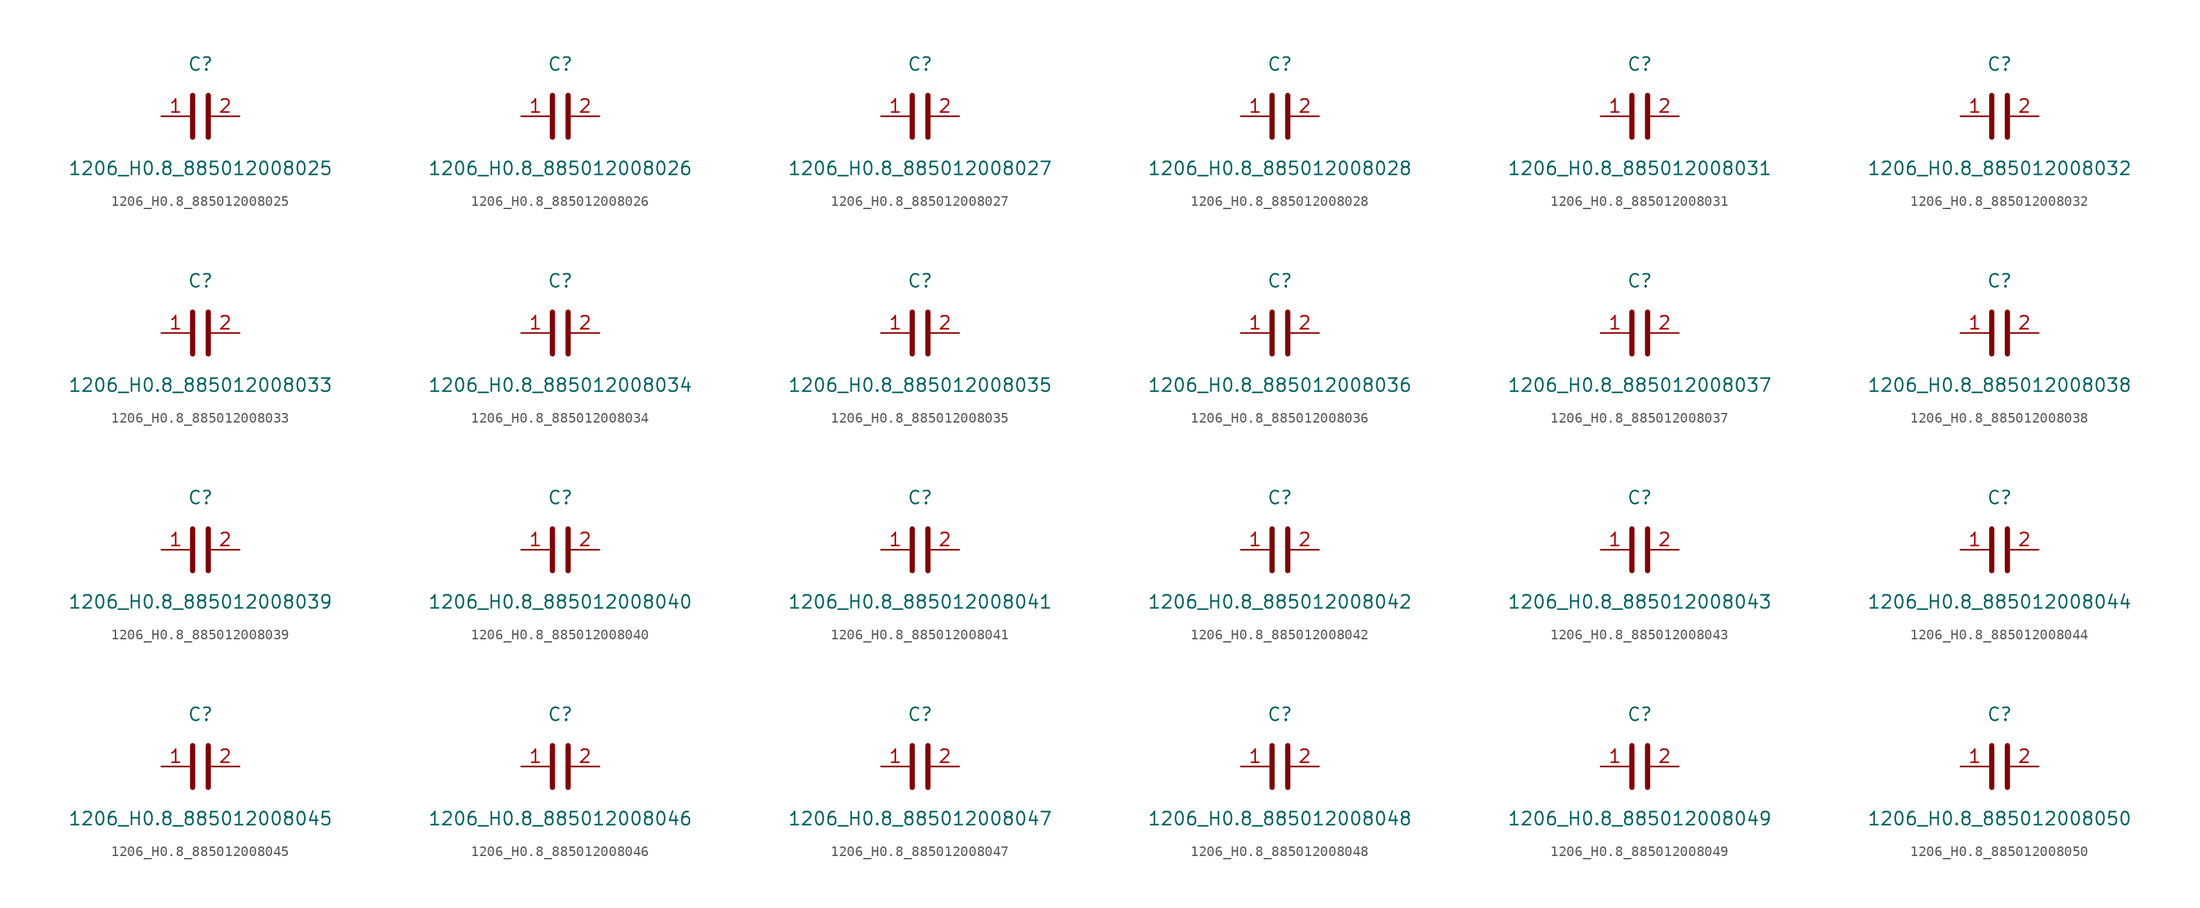
<source format=kicad_sym>
(kicad_symbol_lib
  (version 20220914)
  (generator kicad_symbol_editor)
  (symbol "1206_H0.8_885012008025"
    (pin_names hide)
    (property "Reference" "C"
      (at 0 5.08 0)
      (effects (font (size 1.27 1.27))))
    (property "Value" "1206_H0.8_885012008025"
      (at 0 -5.08 0)
      (effects (font (size 1.27 1.27))))
    (symbol "1206_H0.8_885012008025_0_1"
      (polyline (pts (xy -0.762 -2.032) (xy -0.762 2.032)) (stroke (width 0.508) (type default)) (fill (type none)))
      (polyline (pts (xy 0.762 -2.032) (xy 0.762 2.032)) (stroke (width 0.508) (type default)) (fill (type none))))
    (symbol "1206_H0.8_885012008025_1_1"
      (pin passive line (at -3.81 0 0) (length 2.794) (name "1" (effects (font (size 1.27 1.27)))) (number "1" (effects (font (size 1.27 1.27)))))
      (pin passive line (at 3.81 0 180) (length 2.794) (name "2" (effects (font (size 1.27 1.27)))) (number "2" (effects (font (size 1.27 1.27)))))))
  (symbol "1206_H0.8_885012008026"
    (pin_names hide)
    (property "Reference" "C"
      (at 0 5.08 0)
      (effects (font (size 1.27 1.27))))
    (property "Value" "1206_H0.8_885012008026"
      (at 0 -5.08 0)
      (effects (font (size 1.27 1.27))))
    (symbol "1206_H0.8_885012008026_0_1"
      (polyline (pts (xy -0.762 -2.032) (xy -0.762 2.032)) (stroke (width 0.508) (type default)) (fill (type none)))
      (polyline (pts (xy 0.762 -2.032) (xy 0.762 2.032)) (stroke (width 0.508) (type default)) (fill (type none))))
    (symbol "1206_H0.8_885012008026_1_1"
      (pin passive line (at -3.81 0 0) (length 2.794) (name "1" (effects (font (size 1.27 1.27)))) (number "1" (effects (font (size 1.27 1.27)))))
      (pin passive line (at 3.81 0 180) (length 2.794) (name "2" (effects (font (size 1.27 1.27)))) (number "2" (effects (font (size 1.27 1.27)))))))
  (symbol "1206_H0.8_885012008027"
    (pin_names hide)
    (property "Reference" "C"
      (at 0 5.08 0)
      (effects (font (size 1.27 1.27))))
    (property "Value" "1206_H0.8_885012008027"
      (at 0 -5.08 0)
      (effects (font (size 1.27 1.27))))
    (symbol "1206_H0.8_885012008027_0_1"
      (polyline (pts (xy -0.762 -2.032) (xy -0.762 2.032)) (stroke (width 0.508) (type default)) (fill (type none)))
      (polyline (pts (xy 0.762 -2.032) (xy 0.762 2.032)) (stroke (width 0.508) (type default)) (fill (type none))))
    (symbol "1206_H0.8_885012008027_1_1"
      (pin passive line (at -3.81 0 0) (length 2.794) (name "1" (effects (font (size 1.27 1.27)))) (number "1" (effects (font (size 1.27 1.27)))))
      (pin passive line (at 3.81 0 180) (length 2.794) (name "2" (effects (font (size 1.27 1.27)))) (number "2" (effects (font (size 1.27 1.27)))))))
  (symbol "1206_H0.8_885012008028"
    (pin_names hide)
    (property "Reference" "C"
      (at 0 5.08 0)
      (effects (font (size 1.27 1.27))))
    (property "Value" "1206_H0.8_885012008028"
      (at 0 -5.08 0)
      (effects (font (size 1.27 1.27))))
    (symbol "1206_H0.8_885012008028_0_1"
      (polyline (pts (xy -0.762 -2.032) (xy -0.762 2.032)) (stroke (width 0.508) (type default)) (fill (type none)))
      (polyline (pts (xy 0.762 -2.032) (xy 0.762 2.032)) (stroke (width 0.508) (type default)) (fill (type none))))
    (symbol "1206_H0.8_885012008028_1_1"
      (pin passive line (at -3.81 0 0) (length 2.794) (name "1" (effects (font (size 1.27 1.27)))) (number "1" (effects (font (size 1.27 1.27)))))
      (pin passive line (at 3.81 0 180) (length 2.794) (name "2" (effects (font (size 1.27 1.27)))) (number "2" (effects (font (size 1.27 1.27)))))))
  (symbol "1206_H0.8_885012008031"
    (pin_names hide)
    (property "Reference" "C"
      (at 0 5.08 0)
      (effects (font (size 1.27 1.27))))
    (property "Value" "1206_H0.8_885012008031"
      (at 0 -5.08 0)
      (effects (font (size 1.27 1.27))))
    (symbol "1206_H0.8_885012008031_0_1"
      (polyline (pts (xy -0.762 -2.032) (xy -0.762 2.032)) (stroke (width 0.508) (type default)) (fill (type none)))
      (polyline (pts (xy 0.762 -2.032) (xy 0.762 2.032)) (stroke (width 0.508) (type default)) (fill (type none))))
    (symbol "1206_H0.8_885012008031_1_1"
      (pin passive line (at -3.81 0 0) (length 2.794) (name "1" (effects (font (size 1.27 1.27)))) (number "1" (effects (font (size 1.27 1.27)))))
      (pin passive line (at 3.81 0 180) (length 2.794) (name "2" (effects (font (size 1.27 1.27)))) (number "2" (effects (font (size 1.27 1.27)))))))
  (symbol "1206_H0.8_885012008032"
    (pin_names hide)
    (property "Reference" "C"
      (at 0 5.08 0)
      (effects (font (size 1.27 1.27))))
    (property "Value" "1206_H0.8_885012008032"
      (at 0 -5.08 0)
      (effects (font (size 1.27 1.27))))
    (symbol "1206_H0.8_885012008032_0_1"
      (polyline (pts (xy -0.762 -2.032) (xy -0.762 2.032)) (stroke (width 0.508) (type default)) (fill (type none)))
      (polyline (pts (xy 0.762 -2.032) (xy 0.762 2.032)) (stroke (width 0.508) (type default)) (fill (type none))))
    (symbol "1206_H0.8_885012008032_1_1"
      (pin passive line (at -3.81 0 0) (length 2.794) (name "1" (effects (font (size 1.27 1.27)))) (number "1" (effects (font (size 1.27 1.27)))))
      (pin passive line (at 3.81 0 180) (length 2.794) (name "2" (effects (font (size 1.27 1.27)))) (number "2" (effects (font (size 1.27 1.27)))))))
  (symbol "1206_H0.8_885012008033"
    (pin_names hide)
    (property "Reference" "C"
      (at 0 5.08 0)
      (effects (font (size 1.27 1.27))))
    (property "Value" "1206_H0.8_885012008033"
      (at 0 -5.08 0)
      (effects (font (size 1.27 1.27))))
    (symbol "1206_H0.8_885012008033_0_1"
      (polyline (pts (xy -0.762 -2.032) (xy -0.762 2.032)) (stroke (width 0.508) (type default)) (fill (type none)))
      (polyline (pts (xy 0.762 -2.032) (xy 0.762 2.032)) (stroke (width 0.508) (type default)) (fill (type none))))
    (symbol "1206_H0.8_885012008033_1_1"
      (pin passive line (at -3.81 0 0) (length 2.794) (name "1" (effects (font (size 1.27 1.27)))) (number "1" (effects (font (size 1.27 1.27)))))
      (pin passive line (at 3.81 0 180) (length 2.794) (name "2" (effects (font (size 1.27 1.27)))) (number "2" (effects (font (size 1.27 1.27)))))))
  (symbol "1206_H0.8_885012008034"
    (pin_names hide)
    (property "Reference" "C"
      (at 0 5.08 0)
      (effects (font (size 1.27 1.27))))
    (property "Value" "1206_H0.8_885012008034"
      (at 0 -5.08 0)
      (effects (font (size 1.27 1.27))))
    (symbol "1206_H0.8_885012008034_0_1"
      (polyline (pts (xy -0.762 -2.032) (xy -0.762 2.032)) (stroke (width 0.508) (type default)) (fill (type none)))
      (polyline (pts (xy 0.762 -2.032) (xy 0.762 2.032)) (stroke (width 0.508) (type default)) (fill (type none))))
    (symbol "1206_H0.8_885012008034_1_1"
      (pin passive line (at -3.81 0 0) (length 2.794) (name "1" (effects (font (size 1.27 1.27)))) (number "1" (effects (font (size 1.27 1.27)))))
      (pin passive line (at 3.81 0 180) (length 2.794) (name "2" (effects (font (size 1.27 1.27)))) (number "2" (effects (font (size 1.27 1.27)))))))
  (symbol "1206_H0.8_885012008035"
    (pin_names hide)
    (property "Reference" "C"
      (at 0 5.08 0)
      (effects (font (size 1.27 1.27))))
    (property "Value" "1206_H0.8_885012008035"
      (at 0 -5.08 0)
      (effects (font (size 1.27 1.27))))
    (symbol "1206_H0.8_885012008035_0_1"
      (polyline (pts (xy -0.762 -2.032) (xy -0.762 2.032)) (stroke (width 0.508) (type default)) (fill (type none)))
      (polyline (pts (xy 0.762 -2.032) (xy 0.762 2.032)) (stroke (width 0.508) (type default)) (fill (type none))))
    (symbol "1206_H0.8_885012008035_1_1"
      (pin passive line (at -3.81 0 0) (length 2.794) (name "1" (effects (font (size 1.27 1.27)))) (number "1" (effects (font (size 1.27 1.27)))))
      (pin passive line (at 3.81 0 180) (length 2.794) (name "2" (effects (font (size 1.27 1.27)))) (number "2" (effects (font (size 1.27 1.27)))))))
  (symbol "1206_H0.8_885012008036"
    (pin_names hide)
    (property "Reference" "C"
      (at 0 5.08 0)
      (effects (font (size 1.27 1.27))))
    (property "Value" "1206_H0.8_885012008036"
      (at 0 -5.08 0)
      (effects (font (size 1.27 1.27))))
    (symbol "1206_H0.8_885012008036_0_1"
      (polyline (pts (xy -0.762 -2.032) (xy -0.762 2.032)) (stroke (width 0.508) (type default)) (fill (type none)))
      (polyline (pts (xy 0.762 -2.032) (xy 0.762 2.032)) (stroke (width 0.508) (type default)) (fill (type none))))
    (symbol "1206_H0.8_885012008036_1_1"
      (pin passive line (at -3.81 0 0) (length 2.794) (name "1" (effects (font (size 1.27 1.27)))) (number "1" (effects (font (size 1.27 1.27)))))
      (pin passive line (at 3.81 0 180) (length 2.794) (name "2" (effects (font (size 1.27 1.27)))) (number "2" (effects (font (size 1.27 1.27)))))))
  (symbol "1206_H0.8_885012008037"
    (pin_names hide)
    (property "Reference" "C"
      (at 0 5.08 0)
      (effects (font (size 1.27 1.27))))
    (property "Value" "1206_H0.8_885012008037"
      (at 0 -5.08 0)
      (effects (font (size 1.27 1.27))))
    (symbol "1206_H0.8_885012008037_0_1"
      (polyline (pts (xy -0.762 -2.032) (xy -0.762 2.032)) (stroke (width 0.508) (type default)) (fill (type none)))
      (polyline (pts (xy 0.762 -2.032) (xy 0.762 2.032)) (stroke (width 0.508) (type default)) (fill (type none))))
    (symbol "1206_H0.8_885012008037_1_1"
      (pin passive line (at -3.81 0 0) (length 2.794) (name "1" (effects (font (size 1.27 1.27)))) (number "1" (effects (font (size 1.27 1.27)))))
      (pin passive line (at 3.81 0 180) (length 2.794) (name "2" (effects (font (size 1.27 1.27)))) (number "2" (effects (font (size 1.27 1.27)))))))
  (symbol "1206_H0.8_885012008038"
    (pin_names hide)
    (property "Reference" "C"
      (at 0 5.08 0)
      (effects (font (size 1.27 1.27))))
    (property "Value" "1206_H0.8_885012008038"
      (at 0 -5.08 0)
      (effects (font (size 1.27 1.27))))
    (symbol "1206_H0.8_885012008038_0_1"
      (polyline (pts (xy -0.762 -2.032) (xy -0.762 2.032)) (stroke (width 0.508) (type default)) (fill (type none)))
      (polyline (pts (xy 0.762 -2.032) (xy 0.762 2.032)) (stroke (width 0.508) (type default)) (fill (type none))))
    (symbol "1206_H0.8_885012008038_1_1"
      (pin passive line (at -3.81 0 0) (length 2.794) (name "1" (effects (font (size 1.27 1.27)))) (number "1" (effects (font (size 1.27 1.27)))))
      (pin passive line (at 3.81 0 180) (length 2.794) (name "2" (effects (font (size 1.27 1.27)))) (number "2" (effects (font (size 1.27 1.27)))))))
  (symbol "1206_H0.8_885012008039"
    (pin_names hide)
    (property "Reference" "C"
      (at 0 5.08 0)
      (effects (font (size 1.27 1.27))))
    (property "Value" "1206_H0.8_885012008039"
      (at 0 -5.08 0)
      (effects (font (size 1.27 1.27))))
    (symbol "1206_H0.8_885012008039_0_1"
      (polyline (pts (xy -0.762 -2.032) (xy -0.762 2.032)) (stroke (width 0.508) (type default)) (fill (type none)))
      (polyline (pts (xy 0.762 -2.032) (xy 0.762 2.032)) (stroke (width 0.508) (type default)) (fill (type none))))
    (symbol "1206_H0.8_885012008039_1_1"
      (pin passive line (at -3.81 0 0) (length 2.794) (name "1" (effects (font (size 1.27 1.27)))) (number "1" (effects (font (size 1.27 1.27)))))
      (pin passive line (at 3.81 0 180) (length 2.794) (name "2" (effects (font (size 1.27 1.27)))) (number "2" (effects (font (size 1.27 1.27)))))))
  (symbol "1206_H0.8_885012008040"
    (pin_names hide)
    (property "Reference" "C"
      (at 0 5.08 0)
      (effects (font (size 1.27 1.27))))
    (property "Value" "1206_H0.8_885012008040"
      (at 0 -5.08 0)
      (effects (font (size 1.27 1.27))))
    (symbol "1206_H0.8_885012008040_0_1"
      (polyline (pts (xy -0.762 -2.032) (xy -0.762 2.032)) (stroke (width 0.508) (type default)) (fill (type none)))
      (polyline (pts (xy 0.762 -2.032) (xy 0.762 2.032)) (stroke (width 0.508) (type default)) (fill (type none))))
    (symbol "1206_H0.8_885012008040_1_1"
      (pin passive line (at -3.81 0 0) (length 2.794) (name "1" (effects (font (size 1.27 1.27)))) (number "1" (effects (font (size 1.27 1.27)))))
      (pin passive line (at 3.81 0 180) (length 2.794) (name "2" (effects (font (size 1.27 1.27)))) (number "2" (effects (font (size 1.27 1.27)))))))
  (symbol "1206_H0.8_885012008041"
    (pin_names hide)
    (property "Reference" "C"
      (at 0 5.08 0)
      (effects (font (size 1.27 1.27))))
    (property "Value" "1206_H0.8_885012008041"
      (at 0 -5.08 0)
      (effects (font (size 1.27 1.27))))
    (symbol "1206_H0.8_885012008041_0_1"
      (polyline (pts (xy -0.762 -2.032) (xy -0.762 2.032)) (stroke (width 0.508) (type default)) (fill (type none)))
      (polyline (pts (xy 0.762 -2.032) (xy 0.762 2.032)) (stroke (width 0.508) (type default)) (fill (type none))))
    (symbol "1206_H0.8_885012008041_1_1"
      (pin passive line (at -3.81 0 0) (length 2.794) (name "1" (effects (font (size 1.27 1.27)))) (number "1" (effects (font (size 1.27 1.27)))))
      (pin passive line (at 3.81 0 180) (length 2.794) (name "2" (effects (font (size 1.27 1.27)))) (number "2" (effects (font (size 1.27 1.27)))))))
  (symbol "1206_H0.8_885012008042"
    (pin_names hide)
    (property "Reference" "C"
      (at 0 5.08 0)
      (effects (font (size 1.27 1.27))))
    (property "Value" "1206_H0.8_885012008042"
      (at 0 -5.08 0)
      (effects (font (size 1.27 1.27))))
    (symbol "1206_H0.8_885012008042_0_1"
      (polyline (pts (xy -0.762 -2.032) (xy -0.762 2.032)) (stroke (width 0.508) (type default)) (fill (type none)))
      (polyline (pts (xy 0.762 -2.032) (xy 0.762 2.032)) (stroke (width 0.508) (type default)) (fill (type none))))
    (symbol "1206_H0.8_885012008042_1_1"
      (pin passive line (at -3.81 0 0) (length 2.794) (name "1" (effects (font (size 1.27 1.27)))) (number "1" (effects (font (size 1.27 1.27)))))
      (pin passive line (at 3.81 0 180) (length 2.794) (name "2" (effects (font (size 1.27 1.27)))) (number "2" (effects (font (size 1.27 1.27)))))))
  (symbol "1206_H0.8_885012008043"
    (pin_names hide)
    (property "Reference" "C"
      (at 0 5.08 0)
      (effects (font (size 1.27 1.27))))
    (property "Value" "1206_H0.8_885012008043"
      (at 0 -5.08 0)
      (effects (font (size 1.27 1.27))))
    (symbol "1206_H0.8_885012008043_0_1"
      (polyline (pts (xy -0.762 -2.032) (xy -0.762 2.032)) (stroke (width 0.508) (type default)) (fill (type none)))
      (polyline (pts (xy 0.762 -2.032) (xy 0.762 2.032)) (stroke (width 0.508) (type default)) (fill (type none))))
    (symbol "1206_H0.8_885012008043_1_1"
      (pin passive line (at -3.81 0 0) (length 2.794) (name "1" (effects (font (size 1.27 1.27)))) (number "1" (effects (font (size 1.27 1.27)))))
      (pin passive line (at 3.81 0 180) (length 2.794) (name "2" (effects (font (size 1.27 1.27)))) (number "2" (effects (font (size 1.27 1.27)))))))
  (symbol "1206_H0.8_885012008044"
    (pin_names hide)
    (property "Reference" "C"
      (at 0 5.08 0)
      (effects (font (size 1.27 1.27))))
    (property "Value" "1206_H0.8_885012008044"
      (at 0 -5.08 0)
      (effects (font (size 1.27 1.27))))
    (symbol "1206_H0.8_885012008044_0_1"
      (polyline (pts (xy -0.762 -2.032) (xy -0.762 2.032)) (stroke (width 0.508) (type default)) (fill (type none)))
      (polyline (pts (xy 0.762 -2.032) (xy 0.762 2.032)) (stroke (width 0.508) (type default)) (fill (type none))))
    (symbol "1206_H0.8_885012008044_1_1"
      (pin passive line (at -3.81 0 0) (length 2.794) (name "1" (effects (font (size 1.27 1.27)))) (number "1" (effects (font (size 1.27 1.27)))))
      (pin passive line (at 3.81 0 180) (length 2.794) (name "2" (effects (font (size 1.27 1.27)))) (number "2" (effects (font (size 1.27 1.27)))))))
  (symbol "1206_H0.8_885012008045"
    (pin_names hide)
    (property "Reference" "C"
      (at 0 5.08 0)
      (effects (font (size 1.27 1.27))))
    (property "Value" "1206_H0.8_885012008045"
      (at 0 -5.08 0)
      (effects (font (size 1.27 1.27))))
    (symbol "1206_H0.8_885012008045_0_1"
      (polyline (pts (xy -0.762 -2.032) (xy -0.762 2.032)) (stroke (width 0.508) (type default)) (fill (type none)))
      (polyline (pts (xy 0.762 -2.032) (xy 0.762 2.032)) (stroke (width 0.508) (type default)) (fill (type none))))
    (symbol "1206_H0.8_885012008045_1_1"
      (pin passive line (at -3.81 0 0) (length 2.794) (name "1" (effects (font (size 1.27 1.27)))) (number "1" (effects (font (size 1.27 1.27)))))
      (pin passive line (at 3.81 0 180) (length 2.794) (name "2" (effects (font (size 1.27 1.27)))) (number "2" (effects (font (size 1.27 1.27)))))))
  (symbol "1206_H0.8_885012008046"
    (pin_names hide)
    (property "Reference" "C"
      (at 0 5.08 0)
      (effects (font (size 1.27 1.27))))
    (property "Value" "1206_H0.8_885012008046"
      (at 0 -5.08 0)
      (effects (font (size 1.27 1.27))))
    (symbol "1206_H0.8_885012008046_0_1"
      (polyline (pts (xy -0.762 -2.032) (xy -0.762 2.032)) (stroke (width 0.508) (type default)) (fill (type none)))
      (polyline (pts (xy 0.762 -2.032) (xy 0.762 2.032)) (stroke (width 0.508) (type default)) (fill (type none))))
    (symbol "1206_H0.8_885012008046_1_1"
      (pin passive line (at -3.81 0 0) (length 2.794) (name "1" (effects (font (size 1.27 1.27)))) (number "1" (effects (font (size 1.27 1.27)))))
      (pin passive line (at 3.81 0 180) (length 2.794) (name "2" (effects (font (size 1.27 1.27)))) (number "2" (effects (font (size 1.27 1.27)))))))
  (symbol "1206_H0.8_885012008047"
    (pin_names hide)
    (property "Reference" "C"
      (at 0 5.08 0)
      (effects (font (size 1.27 1.27))))
    (property "Value" "1206_H0.8_885012008047"
      (at 0 -5.08 0)
      (effects (font (size 1.27 1.27))))
    (symbol "1206_H0.8_885012008047_0_1"
      (polyline (pts (xy -0.762 -2.032) (xy -0.762 2.032)) (stroke (width 0.508) (type default)) (fill (type none)))
      (polyline (pts (xy 0.762 -2.032) (xy 0.762 2.032)) (stroke (width 0.508) (type default)) (fill (type none))))
    (symbol "1206_H0.8_885012008047_1_1"
      (pin passive line (at -3.81 0 0) (length 2.794) (name "1" (effects (font (size 1.27 1.27)))) (number "1" (effects (font (size 1.27 1.27)))))
      (pin passive line (at 3.81 0 180) (length 2.794) (name "2" (effects (font (size 1.27 1.27)))) (number "2" (effects (font (size 1.27 1.27)))))))
  (symbol "1206_H0.8_885012008048"
    (pin_names hide)
    (property "Reference" "C"
      (at 0 5.08 0)
      (effects (font (size 1.27 1.27))))
    (property "Value" "1206_H0.8_885012008048"
      (at 0 -5.08 0)
      (effects (font (size 1.27 1.27))))
    (symbol "1206_H0.8_885012008048_0_1"
      (polyline (pts (xy -0.762 -2.032) (xy -0.762 2.032)) (stroke (width 0.508) (type default)) (fill (type none)))
      (polyline (pts (xy 0.762 -2.032) (xy 0.762 2.032)) (stroke (width 0.508) (type default)) (fill (type none))))
    (symbol "1206_H0.8_885012008048_1_1"
      (pin passive line (at -3.81 0 0) (length 2.794) (name "1" (effects (font (size 1.27 1.27)))) (number "1" (effects (font (size 1.27 1.27)))))
      (pin passive line (at 3.81 0 180) (length 2.794) (name "2" (effects (font (size 1.27 1.27)))) (number "2" (effects (font (size 1.27 1.27)))))))
  (symbol "1206_H0.8_885012008049"
    (pin_names hide)
    (property "Reference" "C"
      (at 0 5.08 0)
      (effects (font (size 1.27 1.27))))
    (property "Value" "1206_H0.8_885012008049"
      (at 0 -5.08 0)
      (effects (font (size 1.27 1.27))))
    (symbol "1206_H0.8_885012008049_0_1"
      (polyline (pts (xy -0.762 -2.032) (xy -0.762 2.032)) (stroke (width 0.508) (type default)) (fill (type none)))
      (polyline (pts (xy 0.762 -2.032) (xy 0.762 2.032)) (stroke (width 0.508) (type default)) (fill (type none))))
    (symbol "1206_H0.8_885012008049_1_1"
      (pin passive line (at -3.81 0 0) (length 2.794) (name "1" (effects (font (size 1.27 1.27)))) (number "1" (effects (font (size 1.27 1.27)))))
      (pin passive line (at 3.81 0 180) (length 2.794) (name "2" (effects (font (size 1.27 1.27)))) (number "2" (effects (font (size 1.27 1.27)))))))
  (symbol "1206_H0.8_885012008050"
    (pin_names hide)
    (property "Reference" "C"
      (at 0 5.08 0)
      (effects (font (size 1.27 1.27))))
    (property "Value" "1206_H0.8_885012008050"
      (at 0 -5.08 0)
      (effects (font (size 1.27 1.27))))
    (symbol "1206_H0.8_885012008050_0_1"
      (polyline (pts (xy -0.762 -2.032) (xy -0.762 2.032)) (stroke (width 0.508) (type default)) (fill (type none)))
      (polyline (pts (xy 0.762 -2.032) (xy 0.762 2.032)) (stroke (width 0.508) (type default)) (fill (type none))))
    (symbol "1206_H0.8_885012008050_1_1"
      (pin passive line (at -3.81 0 0) (length 2.794) (name "1" (effects (font (size 1.27 1.27)))) (number "1" (effects (font (size 1.27 1.27)))))
      (pin passive line (at 3.81 0 180) (length 2.794) (name "2" (effects (font (size 1.27 1.27)))) (number "2" (effects (font (size 1.27 1.27))))))))
</source>
